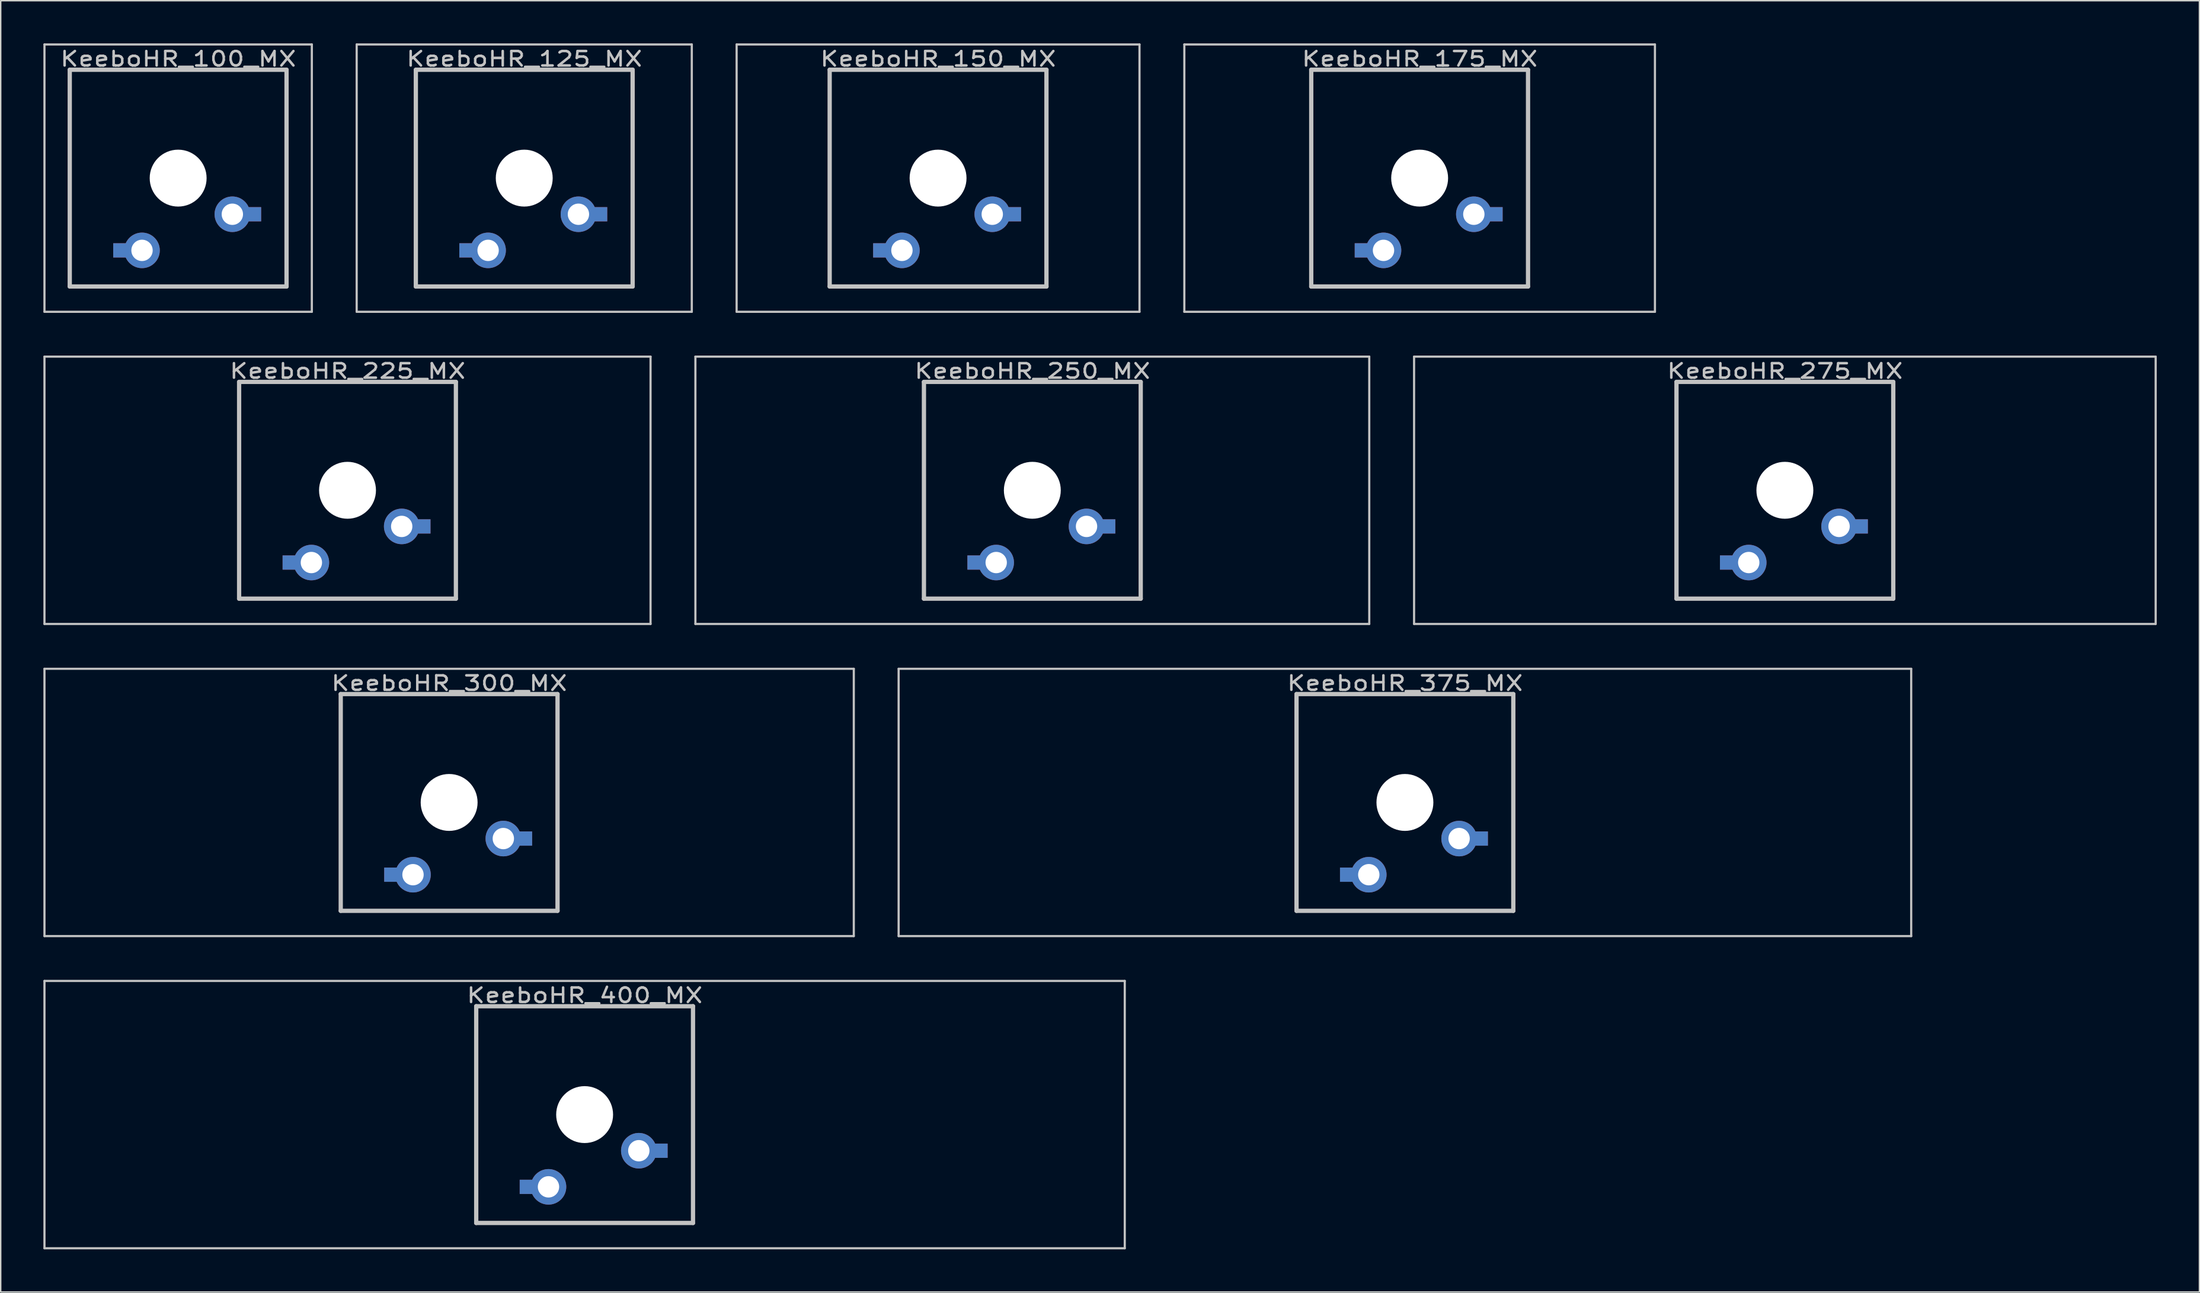
<source format=kicad_pcb>
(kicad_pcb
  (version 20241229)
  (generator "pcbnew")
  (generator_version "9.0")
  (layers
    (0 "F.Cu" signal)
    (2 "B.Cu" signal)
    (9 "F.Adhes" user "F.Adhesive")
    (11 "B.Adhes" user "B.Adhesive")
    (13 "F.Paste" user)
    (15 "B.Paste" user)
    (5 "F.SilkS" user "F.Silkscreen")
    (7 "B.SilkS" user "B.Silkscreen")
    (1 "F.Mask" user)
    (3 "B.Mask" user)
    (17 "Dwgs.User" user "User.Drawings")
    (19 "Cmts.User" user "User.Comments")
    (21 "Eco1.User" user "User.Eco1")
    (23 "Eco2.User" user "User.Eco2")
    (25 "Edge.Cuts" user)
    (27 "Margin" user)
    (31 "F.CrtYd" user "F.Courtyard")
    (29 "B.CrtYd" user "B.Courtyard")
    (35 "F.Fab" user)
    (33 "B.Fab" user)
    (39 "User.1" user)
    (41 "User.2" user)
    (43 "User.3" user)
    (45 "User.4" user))
  (footprint "KeeboHR_100_MX"
    (layer "F.Cu")
    (at 9.474 9.474)
    (property "Reference" "KeeboHR_100_MX" (at 0 -8.382 0) (layer "Dwgs.User") (effects (font (size 1.016 1.27) (thickness 0.178))))
    (attr through_hole)
    (fp_line (start -9.398 -9.398) (end 9.398 -9.398) (stroke (width 0.152) (type solid)) (layer "Dwgs.User"))
    (fp_line (start -9.398 9.398) (end -9.398 -9.398) (stroke (width 0.152) (type solid)) (layer "Dwgs.User"))
    (fp_line (start -7.62 -7.62) (end 7.62 -7.62) (stroke (width 0.3) (type solid)) (layer "Dwgs.User"))
    (fp_line (start -7.62 7.62) (end -7.62 -7.62) (stroke (width 0.3) (type solid)) (layer "Dwgs.User"))
    (fp_line (start 7.62 -7.62) (end 7.62 7.62) (stroke (width 0.3) (type solid)) (layer "Dwgs.User"))
    (fp_line (start 7.62 7.62) (end -7.62 7.62) (stroke (width 0.3) (type solid)) (layer "Dwgs.User"))
    (fp_line (start 9.398 -9.398) (end 9.398 9.398) (stroke (width 0.152) (type solid)) (layer "Dwgs.User"))
    (fp_line (start 9.398 9.398) (end -9.398 9.398) (stroke (width 0.152) (type solid)) (layer "Dwgs.User"))
    (pad "" np_thru_hole circle (at 0 0) (size 4 4) (drill 4) (layers "*.Cu" "*.Mask"))
    (pad "1" thru_hole circle (at 3.81 2.54) (size 2.5 2.5) (drill 1.5) (layers "*.Cu" "*.Mask"))
    (pad "1" smd rect (at 5.334 2.54) (size 1 1) (layers "*.Cu" "*.Mask"))
    (pad "2" smd rect (at -4.064 5.08) (size 1 1) (layers "*.Cu" "*.Mask"))
    (pad "2" thru_hole circle (at -2.54 5.08) (size 2.5 2.5) (drill 1.5) (layers "*.Cu" "*.Mask")))
  (footprint "KeeboHR_250_MX"
    (layer "F.Cu")
    (at 69.523 31.423)
    (property "Reference" "KeeboHR_250_MX" (at 0 -8.382 0) (layer "Dwgs.User") (effects (font (size 1.016 1.27) (thickness 0.178))))
    (attr through_hole)
    (fp_line (start -23.686 -9.398) (end 23.686 -9.398) (stroke (width 0.152) (type solid)) (layer "Dwgs.User"))
    (fp_line (start -23.686 9.398) (end -23.686 -9.398) (stroke (width 0.152) (type solid)) (layer "Dwgs.User"))
    (fp_line (start -7.62 -7.62) (end 7.62 -7.62) (stroke (width 0.3) (type solid)) (layer "Dwgs.User"))
    (fp_line (start -7.62 7.62) (end -7.62 -7.62) (stroke (width 0.3) (type solid)) (layer "Dwgs.User"))
    (fp_line (start 7.62 -7.62) (end 7.62 7.62) (stroke (width 0.3) (type solid)) (layer "Dwgs.User"))
    (fp_line (start 7.62 7.62) (end -7.62 7.62) (stroke (width 0.3) (type solid)) (layer "Dwgs.User"))
    (fp_line (start 23.686 -9.398) (end 23.686 9.398) (stroke (width 0.152) (type solid)) (layer "Dwgs.User"))
    (fp_line (start 23.686 9.398) (end -23.686 9.398) (stroke (width 0.152) (type solid)) (layer "Dwgs.User"))
    (pad "" np_thru_hole circle (at 0 0) (size 4 4) (drill 4) (layers "*.Cu" "*.Mask"))
    (pad "1" thru_hole circle (at 3.81 2.54) (size 2.5 2.5) (drill 1.5) (layers "*.Cu" "*.Mask"))
    (pad "1" smd rect (at 5.334 2.54) (size 1 1) (layers "*.Cu" "*.Mask"))
    (pad "2" smd rect (at -4.064 5.08) (size 1 1) (layers "*.Cu" "*.Mask"))
    (pad "2" thru_hole circle (at -2.54 5.08) (size 2.5 2.5) (drill 1.5) (layers "*.Cu" "*.Mask")))
  (footprint "KeeboHR_300_MX"
    (layer "F.Cu")
    (at 28.524 53.371)
    (property "Reference" "KeeboHR_300_MX" (at 0 -8.382 0) (layer "Dwgs.User") (effects (font (size 1.016 1.27) (thickness 0.178))))
    (attr through_hole)
    (fp_line (start -28.448 -9.398) (end 28.448 -9.398) (stroke (width 0.152) (type solid)) (layer "Dwgs.User"))
    (fp_line (start -28.448 9.398) (end -28.448 -9.398) (stroke (width 0.152) (type solid)) (layer "Dwgs.User"))
    (fp_line (start -7.62 -7.62) (end 7.62 -7.62) (stroke (width 0.3) (type solid)) (layer "Dwgs.User"))
    (fp_line (start -7.62 7.62) (end -7.62 -7.62) (stroke (width 0.3) (type solid)) (layer "Dwgs.User"))
    (fp_line (start 7.62 -7.62) (end 7.62 7.62) (stroke (width 0.3) (type solid)) (layer "Dwgs.User"))
    (fp_line (start 7.62 7.62) (end -7.62 7.62) (stroke (width 0.3) (type solid)) (layer "Dwgs.User"))
    (fp_line (start 28.448 -9.398) (end 28.448 9.398) (stroke (width 0.152) (type solid)) (layer "Dwgs.User"))
    (fp_line (start 28.448 9.398) (end -28.448 9.398) (stroke (width 0.152) (type solid)) (layer "Dwgs.User"))
    (pad "" np_thru_hole circle (at 0 0) (size 4 4) (drill 4) (layers "*.Cu" "*.Mask"))
    (pad "1" thru_hole circle (at 3.81 2.54) (size 2.5 2.5) (drill 1.5) (layers "*.Cu" "*.Mask"))
    (pad "1" smd rect (at 5.334 2.54) (size 1 1) (layers "*.Cu" "*.Mask"))
    (pad "2" smd rect (at -4.064 5.08) (size 1 1) (layers "*.Cu" "*.Mask"))
    (pad "2" thru_hole circle (at -2.54 5.08) (size 2.5 2.5) (drill 1.5) (layers "*.Cu" "*.Mask")))
  (footprint "KeeboHR_125_MX"
    (layer "F.Cu")
    (at 33.804 9.474)
    (property "Reference" "KeeboHR_125_MX" (at 0 -8.382 0) (layer "Dwgs.User") (effects (font (size 1.016 1.27) (thickness 0.178))))
    (attr through_hole)
    (fp_line (start -11.779 -9.398) (end 11.779 -9.398) (stroke (width 0.152) (type solid)) (layer "Dwgs.User"))
    (fp_line (start -11.779 9.398) (end -11.779 -9.398) (stroke (width 0.152) (type solid)) (layer "Dwgs.User"))
    (fp_line (start -7.62 -7.62) (end 7.62 -7.62) (stroke (width 0.3) (type solid)) (layer "Dwgs.User"))
    (fp_line (start -7.62 7.62) (end -7.62 -7.62) (stroke (width 0.3) (type solid)) (layer "Dwgs.User"))
    (fp_line (start 7.62 -7.62) (end 7.62 7.62) (stroke (width 0.3) (type solid)) (layer "Dwgs.User"))
    (fp_line (start 7.62 7.62) (end -7.62 7.62) (stroke (width 0.3) (type solid)) (layer "Dwgs.User"))
    (fp_line (start 11.779 -9.398) (end 11.779 9.398) (stroke (width 0.152) (type solid)) (layer "Dwgs.User"))
    (fp_line (start 11.779 9.398) (end -11.779 9.398) (stroke (width 0.152) (type solid)) (layer "Dwgs.User"))
    (pad "" np_thru_hole circle (at 0 0) (size 4 4) (drill 4) (layers "*.Cu" "*.Mask"))
    (pad "1" thru_hole circle (at 3.81 2.54) (size 2.5 2.5) (drill 1.5) (layers "*.Cu" "*.Mask"))
    (pad "1" smd rect (at 5.334 2.54) (size 1 1) (layers "*.Cu" "*.Mask"))
    (pad "2" smd rect (at -4.064 5.08) (size 1 1) (layers "*.Cu" "*.Mask"))
    (pad "2" thru_hole circle (at -2.54 5.08) (size 2.5 2.5) (drill 1.5) (layers "*.Cu" "*.Mask")))
  (footprint "KeeboHR_175_MX"
    (layer "F.Cu")
    (at 96.751 9.474)
    (property "Reference" "KeeboHR_175_MX" (at 0 -8.382 0) (layer "Dwgs.User") (effects (font (size 1.016 1.27) (thickness 0.178))))
    (attr through_hole)
    (fp_line (start -16.542 -9.398) (end 16.542 -9.398) (stroke (width 0.152) (type solid)) (layer "Dwgs.User"))
    (fp_line (start -16.542 9.398) (end -16.542 -9.398) (stroke (width 0.152) (type solid)) (layer "Dwgs.User"))
    (fp_line (start -7.62 -7.62) (end 7.62 -7.62) (stroke (width 0.3) (type solid)) (layer "Dwgs.User"))
    (fp_line (start -7.62 7.62) (end -7.62 -7.62) (stroke (width 0.3) (type solid)) (layer "Dwgs.User"))
    (fp_line (start 7.62 -7.62) (end 7.62 7.62) (stroke (width 0.3) (type solid)) (layer "Dwgs.User"))
    (fp_line (start 7.62 7.62) (end -7.62 7.62) (stroke (width 0.3) (type solid)) (layer "Dwgs.User"))
    (fp_line (start 16.542 -9.398) (end 16.542 9.398) (stroke (width 0.152) (type solid)) (layer "Dwgs.User"))
    (fp_line (start 16.542 9.398) (end -16.542 9.398) (stroke (width 0.152) (type solid)) (layer "Dwgs.User"))
    (pad "" np_thru_hole circle (at 0 0) (size 4 4) (drill 4) (layers "*.Cu" "*.Mask"))
    (pad "1" thru_hole circle (at 3.81 2.54) (size 2.5 2.5) (drill 1.5) (layers "*.Cu" "*.Mask"))
    (pad "1" smd rect (at 5.334 2.54) (size 1 1) (layers "*.Cu" "*.Mask"))
    (pad "2" smd rect (at -4.064 5.08) (size 1 1) (layers "*.Cu" "*.Mask"))
    (pad "2" thru_hole circle (at -2.54 5.08) (size 2.5 2.5) (drill 1.5) (layers "*.Cu" "*.Mask")))
  (footprint "KeeboHR_225_MX"
    (layer "F.Cu")
    (at 21.38 31.423)
    (property "Reference" "KeeboHR_225_MX" (at 0 -8.382 0) (layer "Dwgs.User") (effects (font (size 1.016 1.27) (thickness 0.178))))
    (attr through_hole)
    (fp_line (start -21.304 -9.398) (end 21.304 -9.398) (stroke (width 0.152) (type solid)) (layer "Dwgs.User"))
    (fp_line (start -21.304 9.398) (end -21.304 -9.398) (stroke (width 0.152) (type solid)) (layer "Dwgs.User"))
    (fp_line (start -7.62 -7.62) (end 7.62 -7.62) (stroke (width 0.3) (type solid)) (layer "Dwgs.User"))
    (fp_line (start -7.62 7.62) (end -7.62 -7.62) (stroke (width 0.3) (type solid)) (layer "Dwgs.User"))
    (fp_line (start 7.62 -7.62) (end 7.62 7.62) (stroke (width 0.3) (type solid)) (layer "Dwgs.User"))
    (fp_line (start 7.62 7.62) (end -7.62 7.62) (stroke (width 0.3) (type solid)) (layer "Dwgs.User"))
    (fp_line (start 21.304 -9.398) (end 21.304 9.398) (stroke (width 0.152) (type solid)) (layer "Dwgs.User"))
    (fp_line (start 21.304 9.398) (end -21.304 9.398) (stroke (width 0.152) (type solid)) (layer "Dwgs.User"))
    (pad "" np_thru_hole circle (at 0 0) (size 4 4) (drill 4) (layers "*.Cu" "*.Mask"))
    (pad "1" thru_hole circle (at 3.81 2.54) (size 2.5 2.5) (drill 1.5) (layers "*.Cu" "*.Mask"))
    (pad "1" smd rect (at 5.334 2.54) (size 1 1) (layers "*.Cu" "*.Mask"))
    (pad "2" smd rect (at -4.064 5.08) (size 1 1) (layers "*.Cu" "*.Mask"))
    (pad "2" thru_hole circle (at -2.54 5.08) (size 2.5 2.5) (drill 1.5) (layers "*.Cu" "*.Mask")))
  (footprint "KeeboHR_150_MX"
    (layer "F.Cu")
    (at 62.896 9.474)
    (property "Reference" "KeeboHR_150_MX" (at 0 -8.382 0) (layer "Dwgs.User") (effects (font (size 1.016 1.27) (thickness 0.178))))
    (attr through_hole)
    (fp_line (start -14.161 -9.398) (end 14.161 -9.398) (stroke (width 0.152) (type solid)) (layer "Dwgs.User"))
    (fp_line (start -14.161 9.398) (end -14.161 -9.398) (stroke (width 0.152) (type solid)) (layer "Dwgs.User"))
    (fp_line (start -7.62 -7.62) (end 7.62 -7.62) (stroke (width 0.3) (type solid)) (layer "Dwgs.User"))
    (fp_line (start -7.62 7.62) (end -7.62 -7.62) (stroke (width 0.3) (type solid)) (layer "Dwgs.User"))
    (fp_line (start 7.62 -7.62) (end 7.62 7.62) (stroke (width 0.3) (type solid)) (layer "Dwgs.User"))
    (fp_line (start 7.62 7.62) (end -7.62 7.62) (stroke (width 0.3) (type solid)) (layer "Dwgs.User"))
    (fp_line (start 14.161 -9.398) (end 14.161 9.398) (stroke (width 0.152) (type solid)) (layer "Dwgs.User"))
    (fp_line (start 14.161 9.398) (end -14.161 9.398) (stroke (width 0.152) (type solid)) (layer "Dwgs.User"))
    (pad "" np_thru_hole circle (at 0 0) (size 4 4) (drill 4) (layers "*.Cu" "*.Mask"))
    (pad "1" thru_hole circle (at 3.81 2.54) (size 2.5 2.5) (drill 1.5) (layers "*.Cu" "*.Mask"))
    (pad "1" smd rect (at 5.334 2.54) (size 1 1) (layers "*.Cu" "*.Mask"))
    (pad "2" smd rect (at -4.064 5.08) (size 1 1) (layers "*.Cu" "*.Mask"))
    (pad "2" thru_hole circle (at -2.54 5.08) (size 2.5 2.5) (drill 1.5) (layers "*.Cu" "*.Mask")))
  (footprint "KeeboHR_400_MX"
    (layer "F.Cu")
    (at 38.049 75.319)
    (property "Reference" "KeeboHR_400_MX" (at 0 -8.382 0) (layer "Dwgs.User") (effects (font (size 1.016 1.27) (thickness 0.178))))
    (attr through_hole)
    (fp_line (start -37.973 -9.398) (end 37.973 -9.398) (stroke (width 0.152) (type solid)) (layer "Dwgs.User"))
    (fp_line (start -37.973 9.398) (end -37.973 -9.398) (stroke (width 0.152) (type solid)) (layer "Dwgs.User"))
    (fp_line (start -7.62 -7.62) (end 7.62 -7.62) (stroke (width 0.3) (type solid)) (layer "Dwgs.User"))
    (fp_line (start -7.62 7.62) (end -7.62 -7.62) (stroke (width 0.3) (type solid)) (layer "Dwgs.User"))
    (fp_line (start 7.62 -7.62) (end 7.62 7.62) (stroke (width 0.3) (type solid)) (layer "Dwgs.User"))
    (fp_line (start 7.62 7.62) (end -7.62 7.62) (stroke (width 0.3) (type solid)) (layer "Dwgs.User"))
    (fp_line (start 37.973 -9.398) (end 37.973 9.398) (stroke (width 0.152) (type solid)) (layer "Dwgs.User"))
    (fp_line (start 37.973 9.398) (end -37.973 9.398) (stroke (width 0.152) (type solid)) (layer "Dwgs.User"))
    (pad "" np_thru_hole circle (at 0 0) (size 4 4) (drill 4) (layers "*.Cu" "*.Mask"))
    (pad "1" thru_hole circle (at 3.81 2.54) (size 2.5 2.5) (drill 1.5) (layers "*.Cu" "*.Mask"))
    (pad "1" smd rect (at 5.334 2.54) (size 1 1) (layers "*.Cu" "*.Mask"))
    (pad "2" smd rect (at -4.064 5.08) (size 1 1) (layers "*.Cu" "*.Mask"))
    (pad "2" thru_hole circle (at -2.54 5.08) (size 2.5 2.5) (drill 1.5) (layers "*.Cu" "*.Mask")))
  (footprint "KeeboHR_375_MX"
    (layer "F.Cu")
    (at 95.716 53.371)
    (property "Reference" "KeeboHR_375_MX" (at 0 -8.382 0) (layer "Dwgs.User") (effects (font (size 1.016 1.27) (thickness 0.178))))
    (attr through_hole)
    (fp_line (start -35.592 -9.398) (end 35.592 -9.398) (stroke (width 0.152) (type solid)) (layer "Dwgs.User"))
    (fp_line (start -35.592 9.398) (end -35.592 -9.398) (stroke (width 0.152) (type solid)) (layer "Dwgs.User"))
    (fp_line (start -7.62 -7.62) (end 7.62 -7.62) (stroke (width 0.3) (type solid)) (layer "Dwgs.User"))
    (fp_line (start -7.62 7.62) (end -7.62 -7.62) (stroke (width 0.3) (type solid)) (layer "Dwgs.User"))
    (fp_line (start 7.62 -7.62) (end 7.62 7.62) (stroke (width 0.3) (type solid)) (layer "Dwgs.User"))
    (fp_line (start 7.62 7.62) (end -7.62 7.62) (stroke (width 0.3) (type solid)) (layer "Dwgs.User"))
    (fp_line (start 35.592 -9.398) (end 35.592 9.398) (stroke (width 0.152) (type solid)) (layer "Dwgs.User"))
    (fp_line (start 35.592 9.398) (end -35.592 9.398) (stroke (width 0.152) (type solid)) (layer "Dwgs.User"))
    (pad "" np_thru_hole circle (at 0 0) (size 4 4) (drill 4) (layers "*.Cu" "*.Mask"))
    (pad "1" thru_hole circle (at 3.81 2.54) (size 2.5 2.5) (drill 1.5) (layers "*.Cu" "*.Mask"))
    (pad "1" smd rect (at 5.334 2.54) (size 1 1) (layers "*.Cu" "*.Mask"))
    (pad "2" smd rect (at -4.064 5.08) (size 1 1) (layers "*.Cu" "*.Mask"))
    (pad "2" thru_hole circle (at -2.54 5.08) (size 2.5 2.5) (drill 1.5) (layers "*.Cu" "*.Mask")))
  (footprint "KeeboHR_275_MX"
    (layer "F.Cu")
    (at 122.427 31.423)
    (property "Reference" "KeeboHR_275_MX" (at 0 -8.382 0) (layer "Dwgs.User") (effects (font (size 1.016 1.27) (thickness 0.178))))
    (attr through_hole)
    (fp_line (start -26.067 -9.398) (end 26.067 -9.398) (stroke (width 0.152) (type solid)) (layer "Dwgs.User"))
    (fp_line (start -26.067 9.398) (end -26.067 -9.398) (stroke (width 0.152) (type solid)) (layer "Dwgs.User"))
    (fp_line (start -7.62 -7.62) (end 7.62 -7.62) (stroke (width 0.3) (type solid)) (layer "Dwgs.User"))
    (fp_line (start -7.62 7.62) (end -7.62 -7.62) (stroke (width 0.3) (type solid)) (layer "Dwgs.User"))
    (fp_line (start 7.62 -7.62) (end 7.62 7.62) (stroke (width 0.3) (type solid)) (layer "Dwgs.User"))
    (fp_line (start 7.62 7.62) (end -7.62 7.62) (stroke (width 0.3) (type solid)) (layer "Dwgs.User"))
    (fp_line (start 26.067 -9.398) (end 26.067 9.398) (stroke (width 0.152) (type solid)) (layer "Dwgs.User"))
    (fp_line (start 26.067 9.398) (end -26.067 9.398) (stroke (width 0.152) (type solid)) (layer "Dwgs.User"))
    (pad "" np_thru_hole circle (at 0 0) (size 4 4) (drill 4) (layers "*.Cu" "*.Mask"))
    (pad "1" thru_hole circle (at 3.81 2.54) (size 2.5 2.5) (drill 1.5) (layers "*.Cu" "*.Mask"))
    (pad "1" smd rect (at 5.334 2.54) (size 1 1) (layers "*.Cu" "*.Mask"))
    (pad "2" smd rect (at -4.064 5.08) (size 1 1) (layers "*.Cu" "*.Mask"))
    (pad "2" thru_hole circle (at -2.54 5.08) (size 2.5 2.5) (drill 1.5) (layers "*.Cu" "*.Mask")))
  (gr_rect
    (start -3 -3)
    (end 151.57 87.794)
    (stroke (width 0.1) (type default))
    (fill no)
    (layer "Edge.Cuts")))
</source>
